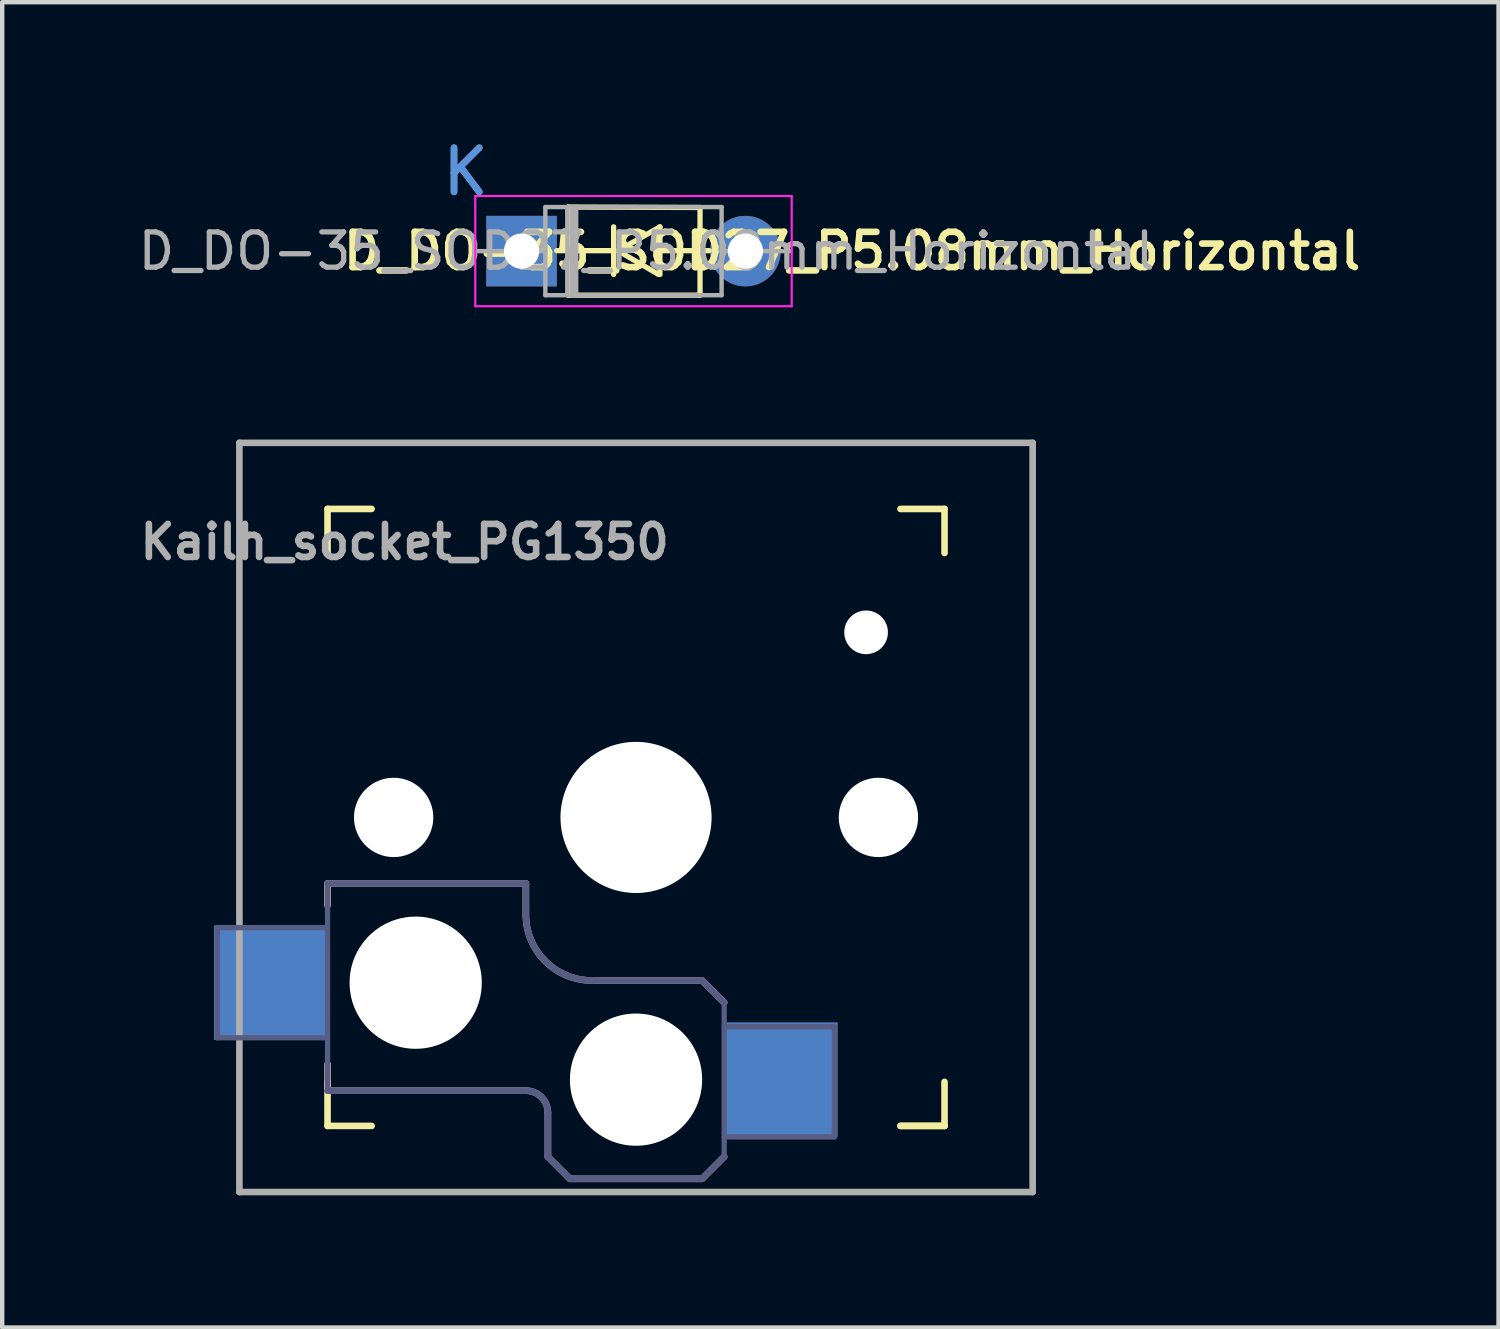
<source format=kicad_pcb>
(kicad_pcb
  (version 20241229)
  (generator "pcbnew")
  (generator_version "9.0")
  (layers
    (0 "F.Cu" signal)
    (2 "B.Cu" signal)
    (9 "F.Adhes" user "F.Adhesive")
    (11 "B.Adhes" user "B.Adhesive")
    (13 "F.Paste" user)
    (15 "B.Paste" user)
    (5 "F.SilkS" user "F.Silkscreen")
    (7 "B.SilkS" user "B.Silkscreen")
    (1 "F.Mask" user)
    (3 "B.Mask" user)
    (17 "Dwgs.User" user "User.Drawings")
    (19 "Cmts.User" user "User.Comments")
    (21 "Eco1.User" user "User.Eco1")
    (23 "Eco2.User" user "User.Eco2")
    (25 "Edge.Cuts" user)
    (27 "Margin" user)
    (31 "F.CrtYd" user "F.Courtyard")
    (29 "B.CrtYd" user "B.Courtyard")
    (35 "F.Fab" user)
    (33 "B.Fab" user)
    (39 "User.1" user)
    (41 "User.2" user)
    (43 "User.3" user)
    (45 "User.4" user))
  (footprint "Kailh_socket_PG1350"
    (layer "F.Cu")
    (at 11.382 15.498)
    (property "Reference" "Kailh_socket_PG1350" (at -5.25 -6.25 180) (layer "F.Fab") (effects (font (size 0.75 0.75) (thickness 0.15))))
    (attr smd)
    (fp_line (start -7 -6) (end -7 -7) (stroke (width 0.15) (type solid)) (layer "F.SilkS"))
    (fp_line (start -7 7) (end -7 6) (stroke (width 0.15) (type solid)) (layer "F.SilkS"))
    (fp_line (start -7 7) (end -6 7) (stroke (width 0.15) (type solid)) (layer "F.SilkS"))
    (fp_line (start -6 -7) (end -7 -7) (stroke (width 0.15) (type solid)) (layer "F.SilkS"))
    (fp_line (start 6 7) (end 7 7) (stroke (width 0.15) (type solid)) (layer "F.SilkS"))
    (fp_line (start 7 -7) (end 6 -7) (stroke (width 0.15) (type solid)) (layer "F.SilkS"))
    (fp_line (start 7 -7) (end 7 -6) (stroke (width 0.15) (type solid)) (layer "F.SilkS"))
    (fp_line (start 7 6) (end 7 7) (stroke (width 0.15) (type solid)) (layer "F.SilkS"))
    (fp_line (start 7 7) (end 6 7) (stroke (width 0.15) (type solid)) (layer "F.SilkS"))
    (fp_line (start -7 1.5) (end -7 2) (stroke (width 0.15) (type solid)) (layer "B.SilkS"))
    (fp_line (start -7 5.6) (end -7 6.2) (stroke (width 0.15) (type solid)) (layer "B.SilkS"))
    (fp_line (start -7 6.2) (end -2.5 6.2) (stroke (width 0.15) (type solid)) (layer "B.SilkS"))
    (fp_line (start -2.5 1.5) (end -7 1.5) (stroke (width 0.15) (type solid)) (layer "B.SilkS"))
    (fp_line (start -2.5 2.2) (end -2.5 1.5) (stroke (width 0.15) (type solid)) (layer "B.SilkS"))
    (fp_line (start -2 6.7) (end -2 7.7) (stroke (width 0.15) (type solid)) (layer "B.SilkS"))
    (fp_line (start -1.5 8.2) (end -2 7.7) (stroke (width 0.15) (type solid)) (layer "B.SilkS"))
    (fp_line (start 1.5 3.7) (end -1 3.7) (stroke (width 0.15) (type solid)) (layer "B.SilkS"))
    (fp_line (start 1.5 8.2) (end -1.5 8.2) (stroke (width 0.15) (type solid)) (layer "B.SilkS"))
    (fp_line (start 2 4.2) (end 1.5 3.7) (stroke (width 0.15) (type solid)) (layer "B.SilkS"))
    (fp_line (start 2 7.7) (end 1.5 8.2) (stroke (width 0.15) (type solid)) (layer "B.SilkS"))
    (fp_arc (start -2.5 6.2) (mid -2.146447 6.346447) (end -2 6.7) (stroke (width 0.15) (type solid)) (layer "B.SilkS"))
    (fp_arc (start -1 3.7) (mid -2.06066 3.26066) (end -2.5 2.2) (stroke (width 0.15) (type solid)) (layer "B.SilkS"))
    (fp_line (start -6.9 6.9) (end -6.9 -6.9) (stroke (width 0.15) (type solid)) (layer "Eco2.User"))
    (fp_line (start -6.9 6.9) (end 6.9 6.9) (stroke (width 0.15) (type solid)) (layer "Eco2.User"))
    (fp_line (start -2.6 -3.1) (end -2.6 -6.3) (stroke (width 0.15) (type solid)) (layer "Eco2.User"))
    (fp_line (start -2.6 -3.1) (end 2.6 -3.1) (stroke (width 0.15) (type solid)) (layer "Eco2.User"))
    (fp_line (start 2.6 -6.3) (end -2.6 -6.3) (stroke (width 0.15) (type solid)) (layer "Eco2.User"))
    (fp_line (start 2.6 -3.1) (end 2.6 -6.3) (stroke (width 0.15) (type solid)) (layer "Eco2.User"))
    (fp_line (start 6.9 -6.9) (end -6.9 -6.9) (stroke (width 0.15) (type solid)) (layer "Eco2.User"))
    (fp_line (start 6.9 -6.9) (end 6.9 6.9) (stroke (width 0.15) (type solid)) (layer "Eco2.User"))
    (fp_line (start -9.5 2.5) (end -7 2.5) (stroke (width 0.12) (type solid)) (layer "B.Fab"))
    (fp_line (start -9.5 5) (end -9.5 2.5) (stroke (width 0.12) (type solid)) (layer "B.Fab"))
    (fp_line (start -7 1.5) (end -7 6.2) (stroke (width 0.12) (type solid)) (layer "B.Fab"))
    (fp_line (start -7 5) (end -9.5 5) (stroke (width 0.12) (type solid)) (layer "B.Fab"))
    (fp_line (start -7 6.2) (end -2.5 6.2) (stroke (width 0.15) (type solid)) (layer "B.Fab"))
    (fp_line (start -2.5 1.5) (end -7 1.5) (stroke (width 0.15) (type solid)) (layer "B.Fab"))
    (fp_line (start -2.5 2.2) (end -2.5 1.5) (stroke (width 0.15) (type solid)) (layer "B.Fab"))
    (fp_line (start -2 6.7) (end -2 7.7) (stroke (width 0.15) (type solid)) (layer "B.Fab"))
    (fp_line (start -1.5 8.2) (end -2 7.7) (stroke (width 0.15) (type solid)) (layer "B.Fab"))
    (fp_line (start 1.5 3.7) (end -1 3.7) (stroke (width 0.15) (type solid)) (layer "B.Fab"))
    (fp_line (start 1.5 8.2) (end -1.5 8.2) (stroke (width 0.15) (type solid)) (layer "B.Fab"))
    (fp_line (start 2 4.2) (end 1.5 3.7) (stroke (width 0.15) (type solid)) (layer "B.Fab"))
    (fp_line (start 2 4.25) (end 2 7.7) (stroke (width 0.12) (type solid)) (layer "B.Fab"))
    (fp_line (start 2 4.75) (end 4.5 4.75) (stroke (width 0.12) (type solid)) (layer "B.Fab"))
    (fp_line (start 2 7.7) (end 1.5 8.2) (stroke (width 0.15) (type solid)) (layer "B.Fab"))
    (fp_line (start 4.5 4.75) (end 4.5 7.25) (stroke (width 0.12) (type solid)) (layer "B.Fab"))
    (fp_line (start 4.5 7.25) (end 2 7.25) (stroke (width 0.12) (type solid)) (layer "B.Fab"))
    (fp_arc (start -2.5 6.2) (mid -2.146447 6.346447) (end -2 6.7) (stroke (width 0.15) (type solid)) (layer "B.Fab"))
    (fp_arc (start -1 3.7) (mid -2.06066 3.26066) (end -2.5 2.2) (stroke (width 0.15) (type solid)) (layer "B.Fab"))
    (fp_line (start -9 -8.5) (end 9 -8.5) (stroke (width 0.15) (type solid)) (layer "F.Fab"))
    (fp_line (start -9 8.5) (end -9 -8.5) (stroke (width 0.15) (type solid)) (layer "F.Fab"))
    (fp_line (start 9 -8.5) (end 9 8.5) (stroke (width 0.15) (type solid)) (layer "F.Fab"))
    (fp_line (start 9 8.5) (end -9 8.5) (stroke (width 0.15) (type solid)) (layer "F.Fab"))
    (pad "" np_thru_hole circle (at -5.5 0) (size 1.8 1.8) (drill 1.8) (layers "*.Cu" "*.Mask"))
    (pad "" np_thru_hole circle (at -5 3.75) (size 3 3) (drill 3) (layers "*.Cu" "*.Mask"))
    (pad "" np_thru_hole circle (at 0 0) (size 3.429 3.429) (drill 3.429) (layers "*.Cu" "*.Mask"))
    (pad "" np_thru_hole circle (at 0 5.95) (size 3 3) (drill 3) (layers "*.Cu" "*.Mask"))
    (pad "" np_thru_hole circle (at 5.22 -4.2) (size 0.991 0.991) (drill 0.991) (layers "*.Cu" "*.Mask"))
    (pad "" np_thru_hole circle (at 5.5 0) (size 1.8 1.8) (drill 1.8) (layers "*.Cu" "*.Mask"))
    (pad "1" smd rect (at 3.275 5.95) (size 2.6 2.6) (layers "B.Cu" "B.Mask" "B.Paste"))
    (pad "2" smd rect (at -8.275 3.75) (size 2.6 2.6) (layers "B.Cu" "B.Mask" "B.Paste")))
  (footprint "D_DO-35_SOD27_P5.08mm_Horizontal"
    (layer "F.Cu")
    (at 7.514 2.648)
    (property "Reference" "D_DO-35_SOD27_P5.08mm_Horizontal" (at 8.77 0 0) (layer "F.SilkS") (effects (font (size 0.8 0.8) (thickness 0.15))))
    (attr through_hole)
    (fp_line (start 2.07 -0.01) (end 3.35 -0.01) (stroke (width 0.12) (type solid)) (layer "F.SilkS"))
    (fp_line (start 2.33 -1) (end 5.32 -0.99) (stroke (width 0.12) (type solid)) (layer "F.SilkS"))
    (fp_line (start 2.33 1) (end 2.33 -1) (stroke (width 0.12) (type solid)) (layer "F.SilkS"))
    (fp_line (start 2.34 1) (end 5.31 1) (stroke (width 0.12) (type solid)) (layer "F.SilkS"))
    (fp_line (start 3.36 0.53) (end 3.36 -0.55) (stroke (width 0.12) (type solid)) (layer "F.SilkS"))
    (fp_line (start 3.46 -0.01) (end 4.41 -0.55) (stroke (width 0.12) (type solid)) (layer "F.SilkS"))
    (fp_line (start 3.47 0) (end 4.38 0.53) (stroke (width 0.12) (type solid)) (layer "F.SilkS"))
    (fp_line (start 4.41 0.53) (end 4.41 -0.55) (stroke (width 0.12) (type solid)) (layer "F.SilkS"))
    (fp_line (start 5.32 1) (end 5.32 -0.99) (stroke (width 0.12) (type solid)) (layer "F.SilkS"))
    (fp_line (start 5.53 -0.01) (end 4.41 -0.01) (stroke (width 0.12) (type solid)) (layer "F.SilkS"))
    (fp_line (start 0.22 -1.25) (end 0.22 1.25) (stroke (width 0.05) (type solid)) (layer "F.CrtYd"))
    (fp_line (start 0.22 1.25) (end 7.4 1.25) (stroke (width 0.05) (type solid)) (layer "F.CrtYd"))
    (fp_line (start 7.4 -1.25) (end 0.22 -1.25) (stroke (width 0.05) (type solid)) (layer "F.CrtYd"))
    (fp_line (start 7.4 1.25) (end 7.4 -1.25) (stroke (width 0.05) (type solid)) (layer "F.CrtYd"))
    (fp_line (start 0.25 0) (end 1.81 0) (stroke (width 0.1) (type solid)) (layer "F.Fab"))
    (fp_line (start 1.81 -1) (end 1.81 1) (stroke (width 0.1) (type solid)) (layer "F.Fab"))
    (fp_line (start 1.81 1) (end 5.81 1) (stroke (width 0.1) (type solid)) (layer "F.Fab"))
    (fp_line (start 2.31 -1) (end 2.31 1) (stroke (width 0.1) (type solid)) (layer "F.Fab"))
    (fp_line (start 2.41 -1) (end 2.41 1) (stroke (width 0.1) (type solid)) (layer "F.Fab"))
    (fp_line (start 2.51 -1) (end 2.51 1) (stroke (width 0.1) (type solid)) (layer "F.Fab"))
    (fp_line (start 5.81 -1) (end 1.81 -1) (stroke (width 0.1) (type solid)) (layer "F.Fab"))
    (fp_line (start 5.81 1) (end 5.81 -1) (stroke (width 0.1) (type solid)) (layer "F.Fab"))
    (fp_line (start 7.37 0) (end 5.81 0) (stroke (width 0.1) (type solid)) (layer "F.Fab"))
    (fp_text user "K" (at 0 -1.8 0) (layer "Cmts.User") (effects (font (size 1 1) (thickness 0.15))))
    (fp_text user "${REFERENCE}" (at 4.11 0 0) (layer "F.Fab") (effects (font (size 0.8 0.8) (thickness 0.12))))
    (fp_text user "K" (at 0 -1.8 0) (layer "F.Fab") (effects (font (size 1 1) (thickness 0.15))))
    (pad "1" thru_hole rect (at 1.27 0) (size 1.6 1.6) (drill 0.8) (layers "*.Cu" "*.Mask"))
    (pad "2" thru_hole oval (at 6.35 0) (size 1.6 1.6) (drill 0.8) (layers "*.Cu" "*.Mask")))
  (gr_rect
    (start -3 -3)
    (end 30.953 27.073)
    (stroke (width 0.1) (type default))
    (fill no)
    (layer "Edge.Cuts")))
</source>
